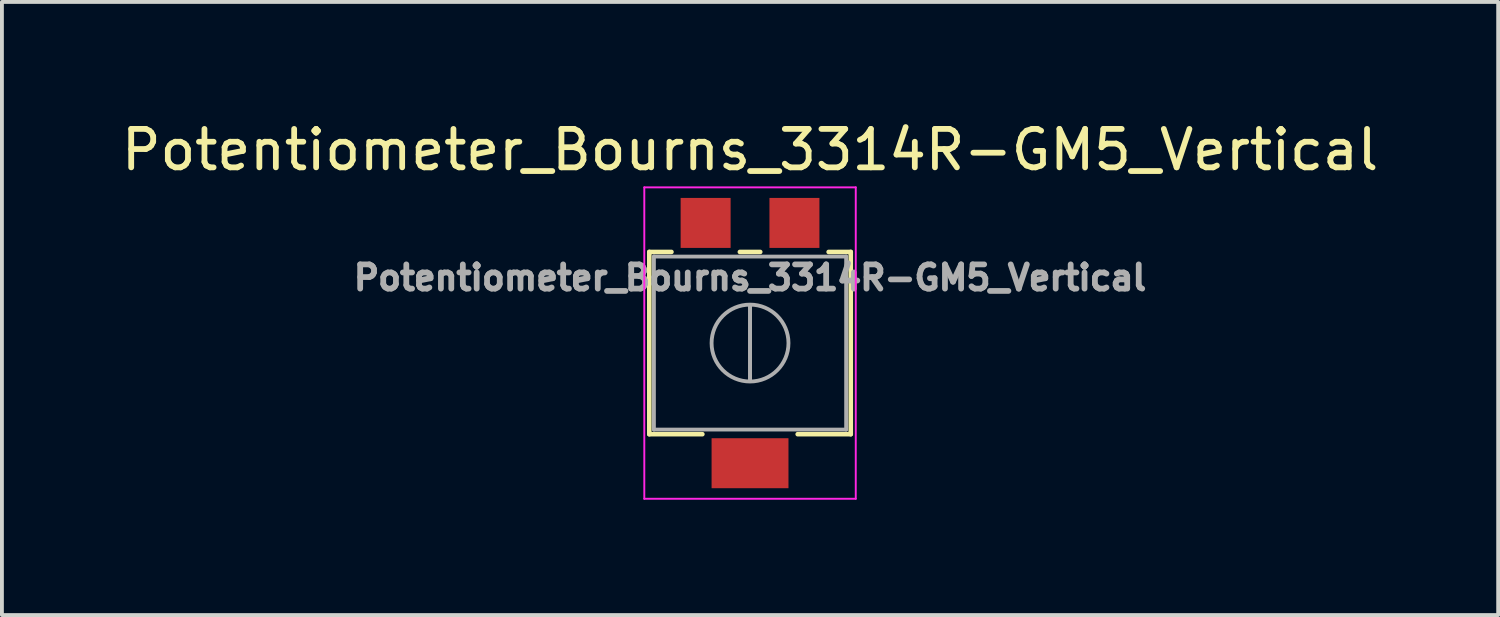
<source format=kicad_pcb>
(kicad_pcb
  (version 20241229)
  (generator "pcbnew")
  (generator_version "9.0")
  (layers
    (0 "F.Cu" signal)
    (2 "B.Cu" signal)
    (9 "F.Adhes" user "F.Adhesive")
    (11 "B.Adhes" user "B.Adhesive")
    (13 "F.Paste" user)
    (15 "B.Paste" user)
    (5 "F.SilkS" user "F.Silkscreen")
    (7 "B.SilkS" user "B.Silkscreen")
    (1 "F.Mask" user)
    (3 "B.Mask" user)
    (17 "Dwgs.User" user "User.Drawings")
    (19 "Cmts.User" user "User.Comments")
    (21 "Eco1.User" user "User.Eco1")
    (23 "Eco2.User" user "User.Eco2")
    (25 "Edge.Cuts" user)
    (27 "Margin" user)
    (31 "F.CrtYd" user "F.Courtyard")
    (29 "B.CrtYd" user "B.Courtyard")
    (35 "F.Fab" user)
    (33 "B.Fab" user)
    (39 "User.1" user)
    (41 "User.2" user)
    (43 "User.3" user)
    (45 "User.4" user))
  (footprint "Potentiometer_Bourns_3314R-GM5_Vertical"
    (layer "F.Cu")
    (at 16.458 5.873)
    (property "Reference" "Potentiometer_Bourns_3314R-GM5_Vertical" (at 0 -5.025 0) (layer "F.SilkS") (effects (font (size 1 1) (thickness 0.15))))
    (attr smd)
    (fp_line (start -2.62 -2.37) (end -2.62 2.37) (stroke (width 0.12) (type solid)) (layer "F.SilkS"))
    (fp_line (start -2.62 -2.37) (end -2.044 -2.37) (stroke (width 0.12) (type solid)) (layer "F.SilkS"))
    (fp_line (start -2.62 2.37) (end -1.24 2.37) (stroke (width 0.12) (type solid)) (layer "F.SilkS"))
    (fp_line (start -0.264 -2.37) (end 0.265 -2.37) (stroke (width 0.12) (type solid)) (layer "F.SilkS"))
    (fp_line (start 1.24 2.37) (end 2.62 2.37) (stroke (width 0.12) (type solid)) (layer "F.SilkS"))
    (fp_line (start 2.045 -2.37) (end 2.62 -2.37) (stroke (width 0.12) (type solid)) (layer "F.SilkS"))
    (fp_line (start 2.62 -2.37) (end 2.62 2.37) (stroke (width 0.12) (type solid)) (layer "F.SilkS"))
    (fp_line (start -2.75 -4.05) (end -2.75 4.05) (stroke (width 0.05) (type solid)) (layer "F.CrtYd"))
    (fp_line (start -2.75 4.05) (end 2.75 4.05) (stroke (width 0.05) (type solid)) (layer "F.CrtYd"))
    (fp_line (start 2.75 -4.05) (end -2.75 -4.05) (stroke (width 0.05) (type solid)) (layer "F.CrtYd"))
    (fp_line (start 2.75 4.05) (end 2.75 -4.05) (stroke (width 0.05) (type solid)) (layer "F.CrtYd"))
    (fp_line (start -2.5 -2.25) (end -2.5 2.25) (stroke (width 0.1) (type solid)) (layer "F.Fab"))
    (fp_line (start -2.5 2.25) (end 2.5 2.25) (stroke (width 0.1) (type solid)) (layer "F.Fab"))
    (fp_line (start 0 0.99) (end 0.001 -0.989) (stroke (width 0.1) (type solid)) (layer "F.Fab"))
    (fp_line (start 0 0.99) (end 0.001 -0.989) (stroke (width 0.1) (type solid)) (layer "F.Fab"))
    (fp_line (start 2.5 -2.25) (end -2.5 -2.25) (stroke (width 0.1) (type solid)) (layer "F.Fab"))
    (fp_line (start 2.5 2.25) (end 2.5 -2.25) (stroke (width 0.1) (type solid)) (layer "F.Fab"))
    (fp_circle (center 0 0) (end 1 0) (stroke (width 0.1) (type solid)) (fill no) (layer "F.Fab"))
    (fp_text user "${REFERENCE}" (at 0 -1.7 0) (layer "F.Fab") (effects (font (size 0.63 0.63) (thickness 0.15))))
    (pad "1" smd rect (at 1.155 -3.125) (size 1.3 1.3) (layers "F.Cu" "F.Mask" "F.Paste"))
    (pad "2" smd rect (at 0 3.125) (size 2 1.3) (layers "F.Cu" "F.Mask" "F.Paste"))
    (pad "3" smd rect (at -1.155 -3.125) (size 1.3 1.3) (layers "F.Cu" "F.Mask" "F.Paste")))
  (gr_rect
    (start -3 -3)
    (end 35.917 12.948)
    (stroke (width 0.1) (type default))
    (fill no)
    (layer "Edge.Cuts")))
</source>
